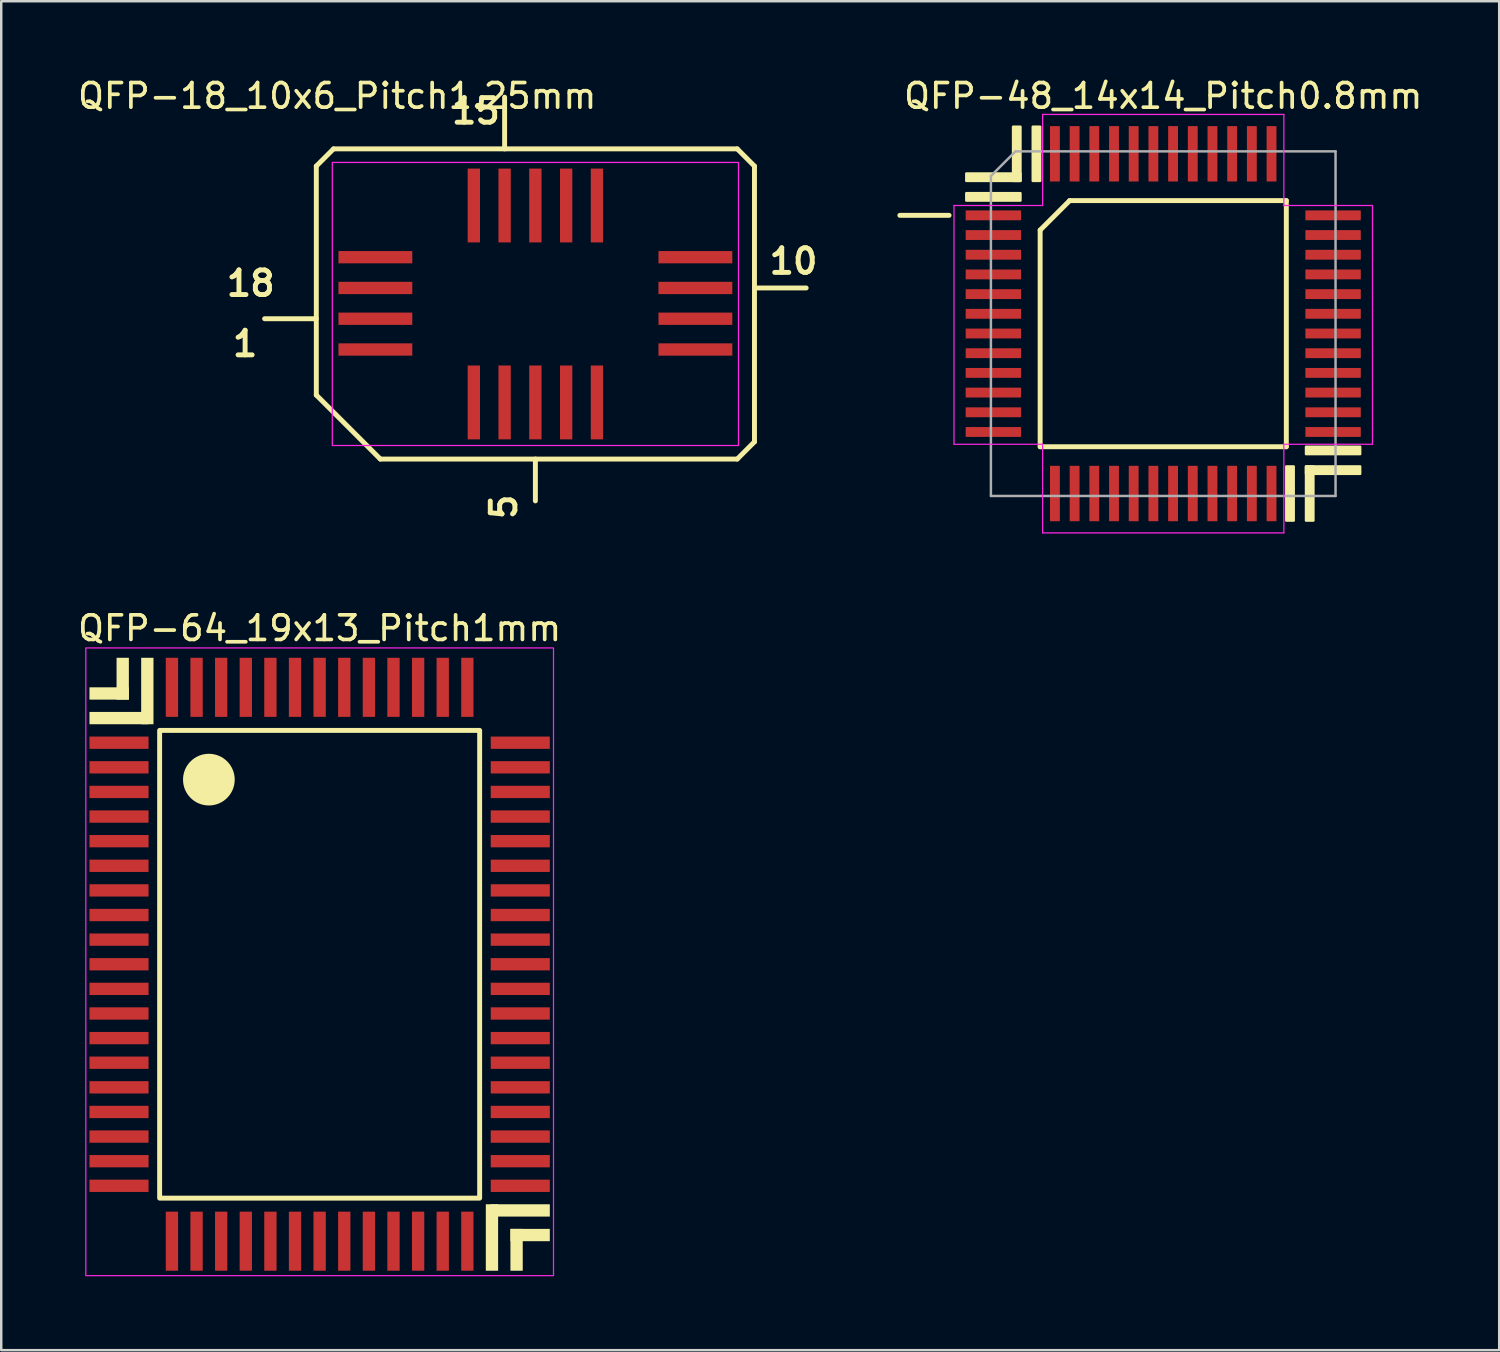
<source format=kicad_pcb>
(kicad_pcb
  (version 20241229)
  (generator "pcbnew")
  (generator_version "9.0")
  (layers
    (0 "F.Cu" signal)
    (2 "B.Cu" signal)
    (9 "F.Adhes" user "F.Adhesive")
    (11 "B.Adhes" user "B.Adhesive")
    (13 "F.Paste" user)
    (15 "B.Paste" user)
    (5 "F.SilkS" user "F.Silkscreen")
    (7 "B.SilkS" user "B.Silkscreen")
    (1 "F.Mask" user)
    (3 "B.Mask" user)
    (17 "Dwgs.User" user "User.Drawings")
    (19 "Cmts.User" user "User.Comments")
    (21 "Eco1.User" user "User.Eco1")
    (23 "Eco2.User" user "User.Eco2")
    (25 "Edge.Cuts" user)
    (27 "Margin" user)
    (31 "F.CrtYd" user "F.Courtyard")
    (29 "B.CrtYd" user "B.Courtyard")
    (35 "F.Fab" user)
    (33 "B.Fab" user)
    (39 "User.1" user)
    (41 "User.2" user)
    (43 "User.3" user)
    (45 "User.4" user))
  (footprint "QFP-64_19x13_Pitch1mm"
    (layer "F.Cu")
    (at 9.935 36.121)
    (property "Reference" "QFP-64_19x13_Pitch1mm" (at 0 -13.65 0) (layer "F.SilkS") (effects (font (size 1 1) (thickness 0.15))))
    (attr smd)
    (fp_rect (start -7.75 -10.75) (end -9.35 -11.25) (stroke (width 0) (type solid)) (fill yes) (layer "F.SilkS"))
    (fp_rect (start -7.75 -10.75) (end -8.25 -12.45) (stroke (width 0) (type solid)) (fill yes) (layer "F.SilkS"))
    (fp_rect (start -6.95 -9.75) (end -9.35 -10.25) (stroke (width 0) (type solid)) (fill yes) (layer "F.SilkS"))
    (fp_rect (start -6.75 -9.75) (end -7.25 -12.45) (stroke (width 0) (type solid)) (fill yes) (layer "F.SilkS"))
    (fp_rect (start -6.5 -9.5) (end 6.5 9.5) (stroke (width 0.2) (type default)) (fill no) (layer "F.SilkS"))
    (fp_rect (start 6.75 9.75) (end 7.25 12.45) (stroke (width 0) (type solid)) (fill yes) (layer "F.SilkS"))
    (fp_rect (start 6.95 9.75) (end 9.35 10.25) (stroke (width 0) (type solid)) (fill yes) (layer "F.SilkS"))
    (fp_rect (start 7.75 10.75) (end 8.25 12.45) (stroke (width 0) (type solid)) (fill yes) (layer "F.SilkS"))
    (fp_rect (start 7.75 10.75) (end 9.35 11.25) (stroke (width 0) (type solid)) (fill yes) (layer "F.SilkS"))
    (fp_circle (center -4.5 -7.5) (end -3.5 -7.5) (stroke (width 0.1) (type solid)) (fill yes) (layer "F.SilkS"))
    (fp_rect (start -9.5 -12.85) (end 9.5 12.65) (stroke (width 0.05) (type default)) (fill no) (layer "F.CrtYd"))
    (pad "1" smd rect (at -8.15 -9 90) (size 0.5 2.4) (layers "F.Cu" "F.Mask" "F.Paste"))
    (pad "2" smd rect (at -8.15 -8 90) (size 0.5 2.4) (layers "F.Cu" "F.Mask" "F.Paste"))
    (pad "3" smd rect (at -8.15 -7 90) (size 0.5 2.4) (layers "F.Cu" "F.Mask" "F.Paste"))
    (pad "4" smd rect (at -8.15 -6 90) (size 0.5 2.4) (layers "F.Cu" "F.Mask" "F.Paste"))
    (pad "5" smd rect (at -8.15 -5 90) (size 0.5 2.4) (layers "F.Cu" "F.Mask" "F.Paste"))
    (pad "6" smd rect (at -8.15 -4 90) (size 0.5 2.4) (layers "F.Cu" "F.Mask" "F.Paste"))
    (pad "7" smd rect (at -8.15 -3 90) (size 0.5 2.4) (layers "F.Cu" "F.Mask" "F.Paste"))
    (pad "8" smd rect (at -8.15 -2 90) (size 0.5 2.4) (layers "F.Cu" "F.Mask" "F.Paste"))
    (pad "9" smd rect (at -8.15 -1 90) (size 0.5 2.4) (layers "F.Cu" "F.Mask" "F.Paste"))
    (pad "10" smd rect (at -8.15 0 90) (size 0.5 2.4) (layers "F.Cu" "F.Mask" "F.Paste"))
    (pad "11" smd rect (at -8.15 1 90) (size 0.5 2.4) (layers "F.Cu" "F.Mask" "F.Paste"))
    (pad "12" smd rect (at -8.15 2 90) (size 0.5 2.4) (layers "F.Cu" "F.Mask" "F.Paste"))
    (pad "13" smd rect (at -8.15 3 90) (size 0.5 2.4) (layers "F.Cu" "F.Mask" "F.Paste"))
    (pad "14" smd rect (at -8.15 4 90) (size 0.5 2.4) (layers "F.Cu" "F.Mask" "F.Paste"))
    (pad "15" smd rect (at -8.15 5 90) (size 0.5 2.4) (layers "F.Cu" "F.Mask" "F.Paste"))
    (pad "16" smd rect (at -8.15 6 90) (size 0.5 2.4) (layers "F.Cu" "F.Mask" "F.Paste"))
    (pad "17" smd rect (at -8.15 9 90) (size 0.5 2.4) (layers "F.Cu" "F.Mask" "F.Paste"))
    (pad "18" smd rect (at -8.15 8 90) (size 0.5 2.4) (layers "F.Cu" "F.Mask" "F.Paste"))
    (pad "19" smd rect (at -8.15 7 90) (size 0.5 2.4) (layers "F.Cu" "F.Mask" "F.Paste"))
    (pad "20" smd rect (at -6 11.25) (size 0.5 2.4) (layers "F.Cu" "F.Mask" "F.Paste"))
    (pad "21" smd rect (at -5 11.25) (size 0.5 2.4) (layers "F.Cu" "F.Mask" "F.Paste"))
    (pad "22" smd rect (at -4 11.25) (size 0.5 2.4) (layers "F.Cu" "F.Mask" "F.Paste"))
    (pad "23" smd rect (at -3 11.25) (size 0.5 2.4) (layers "F.Cu" "F.Mask" "F.Paste"))
    (pad "24" smd rect (at -2 11.25) (size 0.5 2.4) (layers "F.Cu" "F.Mask" "F.Paste"))
    (pad "25" smd rect (at -1 11.25) (size 0.5 2.4) (layers "F.Cu" "F.Mask" "F.Paste"))
    (pad "26" smd rect (at 0 11.25) (size 0.5 2.4) (layers "F.Cu" "F.Mask" "F.Paste"))
    (pad "27" smd rect (at 1 11.25) (size 0.5 2.4) (layers "F.Cu" "F.Mask" "F.Paste"))
    (pad "28" smd rect (at 2 11.25) (size 0.5 2.4) (layers "F.Cu" "F.Mask" "F.Paste"))
    (pad "29" smd rect (at 3 11.25) (size 0.5 2.4) (layers "F.Cu" "F.Mask" "F.Paste"))
    (pad "30" smd rect (at 4 11.25) (size 0.5 2.4) (layers "F.Cu" "F.Mask" "F.Paste"))
    (pad "31" smd rect (at 5 11.25) (size 0.5 2.4) (layers "F.Cu" "F.Mask" "F.Paste"))
    (pad "32" smd rect (at 6 11.25) (size 0.5 2.4) (layers "F.Cu" "F.Mask" "F.Paste"))
    (pad "33" smd rect (at 8.15 9 90) (size 0.5 2.4) (layers "F.Cu" "F.Mask" "F.Paste"))
    (pad "34" smd rect (at 8.15 8 90) (size 0.5 2.4) (layers "F.Cu" "F.Mask" "F.Paste"))
    (pad "35" smd rect (at 8.15 7 90) (size 0.5 2.4) (layers "F.Cu" "F.Mask" "F.Paste"))
    (pad "36" smd rect (at 8.15 6 90) (size 0.5 2.4) (layers "F.Cu" "F.Mask" "F.Paste"))
    (pad "37" smd rect (at 8.15 5 90) (size 0.5 2.4) (layers "F.Cu" "F.Mask" "F.Paste"))
    (pad "38" smd rect (at 8.15 4 90) (size 0.5 2.4) (layers "F.Cu" "F.Mask" "F.Paste"))
    (pad "39" smd rect (at 8.15 3 90) (size 0.5 2.4) (layers "F.Cu" "F.Mask" "F.Paste"))
    (pad "40" smd rect (at 8.15 2 90) (size 0.5 2.4) (layers "F.Cu" "F.Mask" "F.Paste"))
    (pad "41" smd rect (at 8.15 1 90) (size 0.5 2.4) (layers "F.Cu" "F.Mask" "F.Paste"))
    (pad "42" smd rect (at 8.15 0 90) (size 0.5 2.4) (layers "F.Cu" "F.Mask" "F.Paste"))
    (pad "43" smd rect (at 8.15 -1 90) (size 0.5 2.4) (layers "F.Cu" "F.Mask" "F.Paste"))
    (pad "44" smd rect (at 8.15 -2 90) (size 0.5 2.4) (layers "F.Cu" "F.Mask" "F.Paste"))
    (pad "45" smd rect (at 8.15 -3 90) (size 0.5 2.4) (layers "F.Cu" "F.Mask" "F.Paste"))
    (pad "46" smd rect (at 8.15 -4 90) (size 0.5 2.4) (layers "F.Cu" "F.Mask" "F.Paste"))
    (pad "47" smd rect (at 8.15 -5 90) (size 0.5 2.4) (layers "F.Cu" "F.Mask" "F.Paste"))
    (pad "48" smd rect (at 8.15 -6 90) (size 0.5 2.4) (layers "F.Cu" "F.Mask" "F.Paste"))
    (pad "49" smd rect (at 8.15 -7 90) (size 0.5 2.4) (layers "F.Cu" "F.Mask" "F.Paste"))
    (pad "50" smd rect (at 8.15 -8 90) (size 0.5 2.4) (layers "F.Cu" "F.Mask" "F.Paste"))
    (pad "51" smd rect (at 8.15 -9 90) (size 0.5 2.4) (layers "F.Cu" "F.Mask" "F.Paste"))
    (pad "52" smd rect (at 6 -11.25) (size 0.5 2.4) (layers "F.Cu" "F.Mask" "F.Paste"))
    (pad "53" smd rect (at 5 -11.25) (size 0.5 2.4) (layers "F.Cu" "F.Mask" "F.Paste"))
    (pad "54" smd rect (at 4 -11.25) (size 0.5 2.4) (layers "F.Cu" "F.Mask" "F.Paste"))
    (pad "55" smd rect (at 3 -11.25) (size 0.5 2.4) (layers "F.Cu" "F.Mask" "F.Paste"))
    (pad "56" smd rect (at 2 -11.25) (size 0.5 2.4) (layers "F.Cu" "F.Mask" "F.Paste"))
    (pad "57" smd rect (at 1 -11.25) (size 0.5 2.4) (layers "F.Cu" "F.Mask" "F.Paste"))
    (pad "58" smd rect (at 0 -11.25) (size 0.5 2.4) (layers "F.Cu" "F.Mask" "F.Paste"))
    (pad "59" smd rect (at -1 -11.25) (size 0.5 2.4) (layers "F.Cu" "F.Mask" "F.Paste"))
    (pad "60" smd rect (at -2 -11.25) (size 0.5 2.4) (layers "F.Cu" "F.Mask" "F.Paste"))
    (pad "61" smd rect (at -3 -11.25) (size 0.5 2.4) (layers "F.Cu" "F.Mask" "F.Paste"))
    (pad "62" smd rect (at -4 -11.25) (size 0.5 2.4) (layers "F.Cu" "F.Mask" "F.Paste"))
    (pad "63" smd rect (at -5 -11.25) (size 0.5 2.4) (layers "F.Cu" "F.Mask" "F.Paste"))
    (pad "64" smd rect (at -6 -11.25) (size 0.5 2.4) (layers "F.Cu" "F.Mask" "F.Paste")))
  (footprint "QFP-48_14x14_Pitch0.8mm"
    (layer "F.Cu")
    (at 44.204 10.098)
    (property "Reference" "QFP-48_14x14_Pitch0.8mm" (at 0 -9.25 0) (layer "F.SilkS") (effects (font (size 1 1) (thickness 0.15))))
    (attr smd)
    (fp_line (start -8.7 -4.4) (end -10.7 -4.4) (stroke (width 0.2) (type default)) (layer "F.SilkS"))
    (fp_line (start -5 -3.8) (end -3.8 -5) (stroke (width 0.2) (type default)) (layer "F.SilkS"))
    (fp_line (start -5 5) (end -5 -3.8) (stroke (width 0.2) (type default)) (layer "F.SilkS"))
    (fp_line (start -3.8 -5) (end 5 -5) (stroke (width 0.2) (type default)) (layer "F.SilkS"))
    (fp_line (start 5 -5) (end 5 5) (stroke (width 0.2) (type default)) (layer "F.SilkS"))
    (fp_line (start 5 5) (end -5 5) (stroke (width 0.2) (type default)) (layer "F.SilkS"))
    (fp_rect (start -8 -5.8) (end -5.8 -6.1) (stroke (width 0.1) (type solid)) (fill yes) (layer "F.SilkS"))
    (fp_rect (start -8 -5) (end -5.8 -5.3) (stroke (width 0.1) (type solid)) (fill yes) (layer "F.SilkS"))
    (fp_rect (start -6.1 -8) (end -5.8 -5.8) (stroke (width 0.1) (type solid)) (fill yes) (layer "F.SilkS"))
    (fp_rect (start -5.3 -8) (end -5 -5.8) (stroke (width 0.1) (type solid)) (fill yes) (layer "F.SilkS"))
    (fp_rect (start 5 5.8) (end 5.3 8) (stroke (width 0.1) (type solid)) (fill yes) (layer "F.SilkS"))
    (fp_rect (start 5.8 5.3) (end 8 5) (stroke (width 0.1) (type solid)) (fill yes) (layer "F.SilkS"))
    (fp_rect (start 5.8 5.8) (end 6.1 8) (stroke (width 0.1) (type solid)) (fill yes) (layer "F.SilkS"))
    (fp_rect (start 5.8 6.1) (end 8 5.8) (stroke (width 0.1) (type solid)) (fill yes) (layer "F.SilkS"))
    (fp_line (start -8.5 -4.8) (end -4.9 -4.8) (stroke (width 0.05) (type default)) (layer "F.CrtYd"))
    (fp_line (start -8.5 4.9) (end -8.5 -4.8) (stroke (width 0.05) (type default)) (layer "F.CrtYd"))
    (fp_line (start -4.9 -8.5) (end 4.9 -8.5) (stroke (width 0.05) (type default)) (layer "F.CrtYd"))
    (fp_line (start -4.9 -4.8) (end -4.9 -8.5) (stroke (width 0.05) (type default)) (layer "F.CrtYd"))
    (fp_line (start -4.9 4.9) (end -8.5 4.9) (stroke (width 0.05) (type default)) (layer "F.CrtYd"))
    (fp_line (start -4.9 4.9) (end -4.9 8.5) (stroke (width 0.05) (type default)) (layer "F.CrtYd"))
    (fp_line (start 4.9 -8.5) (end 4.9 -4.8) (stroke (width 0.05) (type default)) (layer "F.CrtYd"))
    (fp_line (start 4.9 -4.8) (end 8.5 -4.8) (stroke (width 0.05) (type default)) (layer "F.CrtYd"))
    (fp_line (start 4.9 4.9) (end 4.9 8.5) (stroke (width 0.05) (type default)) (layer "F.CrtYd"))
    (fp_line (start 4.9 4.9) (end 8.5 4.9) (stroke (width 0.05) (type default)) (layer "F.CrtYd"))
    (fp_line (start 4.9 8.5) (end -4.9 8.5) (stroke (width 0.05) (type default)) (layer "F.CrtYd"))
    (fp_line (start 8.5 -4.8) (end 8.5 4.9) (stroke (width 0.05) (type default)) (layer "F.CrtYd"))
    (fp_line (start -7 -6) (end -7 7) (stroke (width 0.1) (type default)) (layer "F.Fab"))
    (fp_line (start -7 7) (end 7 7) (stroke (width 0.1) (type default)) (layer "F.Fab"))
    (fp_line (start -6 -7) (end -7 -6) (stroke (width 0.1) (type default)) (layer "F.Fab"))
    (fp_line (start 7 -7) (end -6 -7) (stroke (width 0.1) (type default)) (layer "F.Fab"))
    (fp_line (start 7 7) (end 7 -7) (stroke (width 0.1) (type default)) (layer "F.Fab"))
    (pad "1" smd rect (at -6.9 -4.4 90) (size 0.4 2.25) (layers "F.Cu" "F.Mask" "F.Paste"))
    (pad "2" smd rect (at -6.9 -3.6 90) (size 0.4 2.25) (layers "F.Cu" "F.Mask" "F.Paste"))
    (pad "3" smd rect (at -6.9 -2.8 90) (size 0.4 2.25) (layers "F.Cu" "F.Mask" "F.Paste"))
    (pad "4" smd rect (at -6.9 -2 90) (size 0.4 2.25) (layers "F.Cu" "F.Mask" "F.Paste"))
    (pad "5" smd rect (at -6.9 -1.2 90) (size 0.4 2.25) (layers "F.Cu" "F.Mask" "F.Paste"))
    (pad "6" smd rect (at -6.9 -0.4 90) (size 0.4 2.25) (layers "F.Cu" "F.Mask" "F.Paste"))
    (pad "7" smd rect (at -6.9 0.4 90) (size 0.4 2.25) (layers "F.Cu" "F.Mask" "F.Paste"))
    (pad "8" smd rect (at -6.9 1.2 90) (size 0.4 2.25) (layers "F.Cu" "F.Mask" "F.Paste"))
    (pad "9" smd rect (at -6.9 2 90) (size 0.4 2.25) (layers "F.Cu" "F.Mask" "F.Paste"))
    (pad "10" smd rect (at -6.9 2.8 90) (size 0.4 2.25) (layers "F.Cu" "F.Mask" "F.Paste"))
    (pad "11" smd rect (at -6.9 3.6 90) (size 0.4 2.25) (layers "F.Cu" "F.Mask" "F.Paste"))
    (pad "12" smd rect (at -6.9 4.4 90) (size 0.4 2.25) (layers "F.Cu" "F.Mask" "F.Paste"))
    (pad "13" smd rect (at -4.4 6.9) (size 0.4 2.25) (layers "F.Cu" "F.Mask" "F.Paste"))
    (pad "14" smd rect (at -3.6 6.9) (size 0.4 2.25) (layers "F.Cu" "F.Mask" "F.Paste"))
    (pad "15" smd rect (at -2.8 6.9) (size 0.4 2.25) (layers "F.Cu" "F.Mask" "F.Paste"))
    (pad "16" smd rect (at -2 6.9) (size 0.4 2.25) (layers "F.Cu" "F.Mask" "F.Paste"))
    (pad "17" smd rect (at -1.2 6.9) (size 0.4 2.25) (layers "F.Cu" "F.Mask" "F.Paste"))
    (pad "18" smd rect (at -0.4 6.9) (size 0.4 2.25) (layers "F.Cu" "F.Mask" "F.Paste"))
    (pad "19" smd rect (at 0.4 6.9) (size 0.4 2.25) (layers "F.Cu" "F.Mask" "F.Paste"))
    (pad "20" smd rect (at 1.2 6.9) (size 0.4 2.25) (layers "F.Cu" "F.Mask" "F.Paste"))
    (pad "21" smd rect (at 2 6.9) (size 0.4 2.25) (layers "F.Cu" "F.Mask" "F.Paste"))
    (pad "22" smd rect (at 2.8 6.9) (size 0.4 2.25) (layers "F.Cu" "F.Mask" "F.Paste"))
    (pad "23" smd rect (at 3.6 6.9) (size 0.4 2.25) (layers "F.Cu" "F.Mask" "F.Paste"))
    (pad "24" smd rect (at 4.4 6.9) (size 0.4 2.25) (layers "F.Cu" "F.Mask" "F.Paste"))
    (pad "25" smd rect (at 6.9 4.4 90) (size 0.4 2.25) (layers "F.Cu" "F.Mask" "F.Paste"))
    (pad "26" smd rect (at 6.9 3.6 90) (size 0.4 2.25) (layers "F.Cu" "F.Mask" "F.Paste"))
    (pad "27" smd rect (at 6.9 2.8 90) (size 0.4 2.25) (layers "F.Cu" "F.Mask" "F.Paste"))
    (pad "28" smd rect (at 6.9 2 90) (size 0.4 2.25) (layers "F.Cu" "F.Mask" "F.Paste"))
    (pad "29" smd rect (at 6.9 1.2 90) (size 0.4 2.25) (layers "F.Cu" "F.Mask" "F.Paste"))
    (pad "30" smd rect (at 6.9 0.4 90) (size 0.4 2.25) (layers "F.Cu" "F.Mask" "F.Paste"))
    (pad "31" smd rect (at 6.9 -0.4 90) (size 0.4 2.25) (layers "F.Cu" "F.Mask" "F.Paste"))
    (pad "32" smd rect (at 6.9 -1.2 90) (size 0.4 2.25) (layers "F.Cu" "F.Mask" "F.Paste"))
    (pad "33" smd rect (at 6.9 -2 90) (size 0.4 2.25) (layers "F.Cu" "F.Mask" "F.Paste"))
    (pad "34" smd rect (at 6.9 -2.8 90) (size 0.4 2.25) (layers "F.Cu" "F.Mask" "F.Paste"))
    (pad "35" smd rect (at 6.9 -3.6 90) (size 0.4 2.25) (layers "F.Cu" "F.Mask" "F.Paste"))
    (pad "36" smd rect (at 6.9 -4.4 90) (size 0.4 2.25) (layers "F.Cu" "F.Mask" "F.Paste"))
    (pad "37" smd rect (at 4.4 -6.9) (size 0.4 2.25) (layers "F.Cu" "F.Mask" "F.Paste"))
    (pad "38" smd rect (at 3.6 -6.9) (size 0.4 2.25) (layers "F.Cu" "F.Mask" "F.Paste"))
    (pad "39" smd rect (at 2.8 -6.9) (size 0.4 2.25) (layers "F.Cu" "F.Mask" "F.Paste"))
    (pad "40" smd rect (at 2 -6.9) (size 0.4 2.25) (layers "F.Cu" "F.Mask" "F.Paste"))
    (pad "41" smd rect (at 1.2 -6.9) (size 0.4 2.25) (layers "F.Cu" "F.Mask" "F.Paste"))
    (pad "42" smd rect (at 0.4 -6.9) (size 0.4 2.25) (layers "F.Cu" "F.Mask" "F.Paste"))
    (pad "43" smd rect (at -0.4 -6.9) (size 0.4 2.25) (layers "F.Cu" "F.Mask" "F.Paste"))
    (pad "44" smd rect (at -1.2 -6.9) (size 0.4 2.25) (layers "F.Cu" "F.Mask" "F.Paste"))
    (pad "45" smd rect (at -2 -6.9) (size 0.4 2.25) (layers "F.Cu" "F.Mask" "F.Paste"))
    (pad "46" smd rect (at -2.8 -6.9) (size 0.4 2.25) (layers "F.Cu" "F.Mask" "F.Paste"))
    (pad "47" smd rect (at -3.6 -6.9) (size 0.4 2.25) (layers "F.Cu" "F.Mask" "F.Paste"))
    (pad "48" smd rect (at -4.4 -6.9) (size 0.4 2.25) (layers "F.Cu" "F.Mask" "F.Paste")))
  (footprint "QFP-18_10x6_Pitch1.25mm"
    (layer "F.Cu")
    (at 18.699 9.298)
    (property "Reference" "QFP-18_10x6_Pitch1.25mm" (at -8.05 -8.45 0) (layer "F.SilkS") (effects (font (size 1 1) (thickness 0.15))))
    (attr smd)
    (fp_line (start -11 0.6) (end -8.9 0.6) (stroke (width 0.2) (type default)) (layer "F.SilkS"))
    (fp_line (start -8.9 -5.6) (end -8.2 -6.3) (stroke (width 0.2) (type default)) (layer "F.SilkS"))
    (fp_line (start -8.9 3.7) (end -8.9 -5.6) (stroke (width 0.2) (type default)) (layer "F.SilkS"))
    (fp_line (start -8.9 3.7) (end -6.3 6.3) (stroke (width 0.2) (type default)) (layer "F.SilkS"))
    (fp_line (start -8.2 -6.3) (end 8.2 -6.3) (stroke (width 0.2) (type default)) (layer "F.SilkS"))
    (fp_line (start -6.3 6.3) (end 8.2 6.3) (stroke (width 0.2) (type default)) (layer "F.SilkS"))
    (fp_line (start -1.25 -6.3) (end -1.25 -8.4) (stroke (width 0.2) (type default)) (layer "F.SilkS"))
    (fp_line (start 0 6.3) (end 0 8) (stroke (width 0.2) (type default)) (layer "F.SilkS"))
    (fp_line (start 8.2 6.3) (end 8.9 5.6) (stroke (width 0.2) (type default)) (layer "F.SilkS"))
    (fp_line (start 8.9 -5.6) (end 8.2 -6.3) (stroke (width 0.2) (type default)) (layer "F.SilkS"))
    (fp_line (start 8.9 -0.65) (end 11 -0.65) (stroke (width 0.2) (type default)) (layer "F.SilkS"))
    (fp_line (start 8.9 5.6) (end 8.9 -5.6) (stroke (width 0.2) (type default)) (layer "F.SilkS"))
    (fp_rect (start -8.25 -5.75) (end 8.25 5.75) (stroke (width 0.05) (type default)) (fill no) (layer "F.CrtYd"))
    (fp_text user "10" (at 9.4 -1.15 0) (unlocked yes) (layer "F.SilkS") (effects (font (size 1 1) (thickness 0.2) (bold yes)) (justify left bottom)))
    (fp_text user "18" (at -12.65 -0.25 0) (unlocked yes) (layer "F.SilkS") (effects (font (size 1 1) (thickness 0.2) (bold yes)) (justify left bottom)))
    (fp_text user "15" (at -3.5 -7.25 0) (unlocked yes) (layer "F.SilkS") (effects (font (size 1 1) (thickness 0.2) (bold yes)) (justify left bottom)))
    (fp_text user "1" (at -12.4 2.2 0) (unlocked yes) (layer "F.SilkS") (effects (font (size 1 1) (thickness 0.2) (bold yes)) (justify left bottom)))
    (fp_text user "5" (at -0.7 8.85 90) (unlocked yes) (layer "F.SilkS") (effects (font (size 1 1) (thickness 0.2) (bold yes)) (justify left bottom)))
    (pad "1" smd rect (at -6.5 0.6 90) (size 0.5 3) (layers "F.Cu" "F.Mask" "F.Paste"))
    (pad "2" smd rect (at -6.5 1.85 90) (size 0.5 3) (layers "F.Cu" "F.Mask" "F.Paste"))
    (pad "3" smd rect (at -2.5 4 180) (size 0.5 3) (layers "F.Cu" "F.Mask" "F.Paste"))
    (pad "4" smd rect (at -1.25 4 180) (size 0.5 3) (layers "F.Cu" "F.Mask" "F.Paste"))
    (pad "5" smd rect (at 0 4 180) (size 0.5 3) (layers "F.Cu" "F.Mask" "F.Paste"))
    (pad "6" smd rect (at 1.25 4 180) (size 0.5 3) (layers "F.Cu" "F.Mask" "F.Paste"))
    (pad "7" smd rect (at 2.5 4 180) (size 0.5 3) (layers "F.Cu" "F.Mask" "F.Paste"))
    (pad "8" smd rect (at 6.5 1.85 90) (size 0.5 3) (layers "F.Cu" "F.Mask" "F.Paste"))
    (pad "9" smd rect (at 6.5 0.6 90) (size 0.5 3) (layers "F.Cu" "F.Mask" "F.Paste"))
    (pad "10" smd rect (at 6.5 -0.65 90) (size 0.5 3) (layers "F.Cu" "F.Mask" "F.Paste"))
    (pad "11" smd rect (at 6.5 -1.9 90) (size 0.5 3) (layers "F.Cu" "F.Mask" "F.Paste"))
    (pad "12" smd rect (at 2.5 -4 180) (size 0.5 3) (layers "F.Cu" "F.Mask" "F.Paste"))
    (pad "13" smd rect (at 1.25 -4 180) (size 0.5 3) (layers "F.Cu" "F.Mask" "F.Paste"))
    (pad "14" smd rect (at 0 -4 180) (size 0.5 3) (layers "F.Cu" "F.Mask" "F.Paste"))
    (pad "15" smd rect (at -1.25 -4 180) (size 0.5 3) (layers "F.Cu" "F.Mask" "F.Paste"))
    (pad "16" smd rect (at -2.5 -4 180) (size 0.5 3) (layers "F.Cu" "F.Mask" "F.Paste"))
    (pad "17" smd rect (at -6.5 -1.9 90) (size 0.5 3) (layers "F.Cu" "F.Mask" "F.Paste"))
    (pad "18" smd rect (at -6.5 -0.65 90) (size 0.5 3) (layers "F.Cu" "F.Mask" "F.Paste")))
  (gr_rect
    (start -3 -3)
    (end 57.852 51.797)
    (stroke (width 0.1) (type default))
    (fill no)
    (layer "Edge.Cuts")))
</source>
